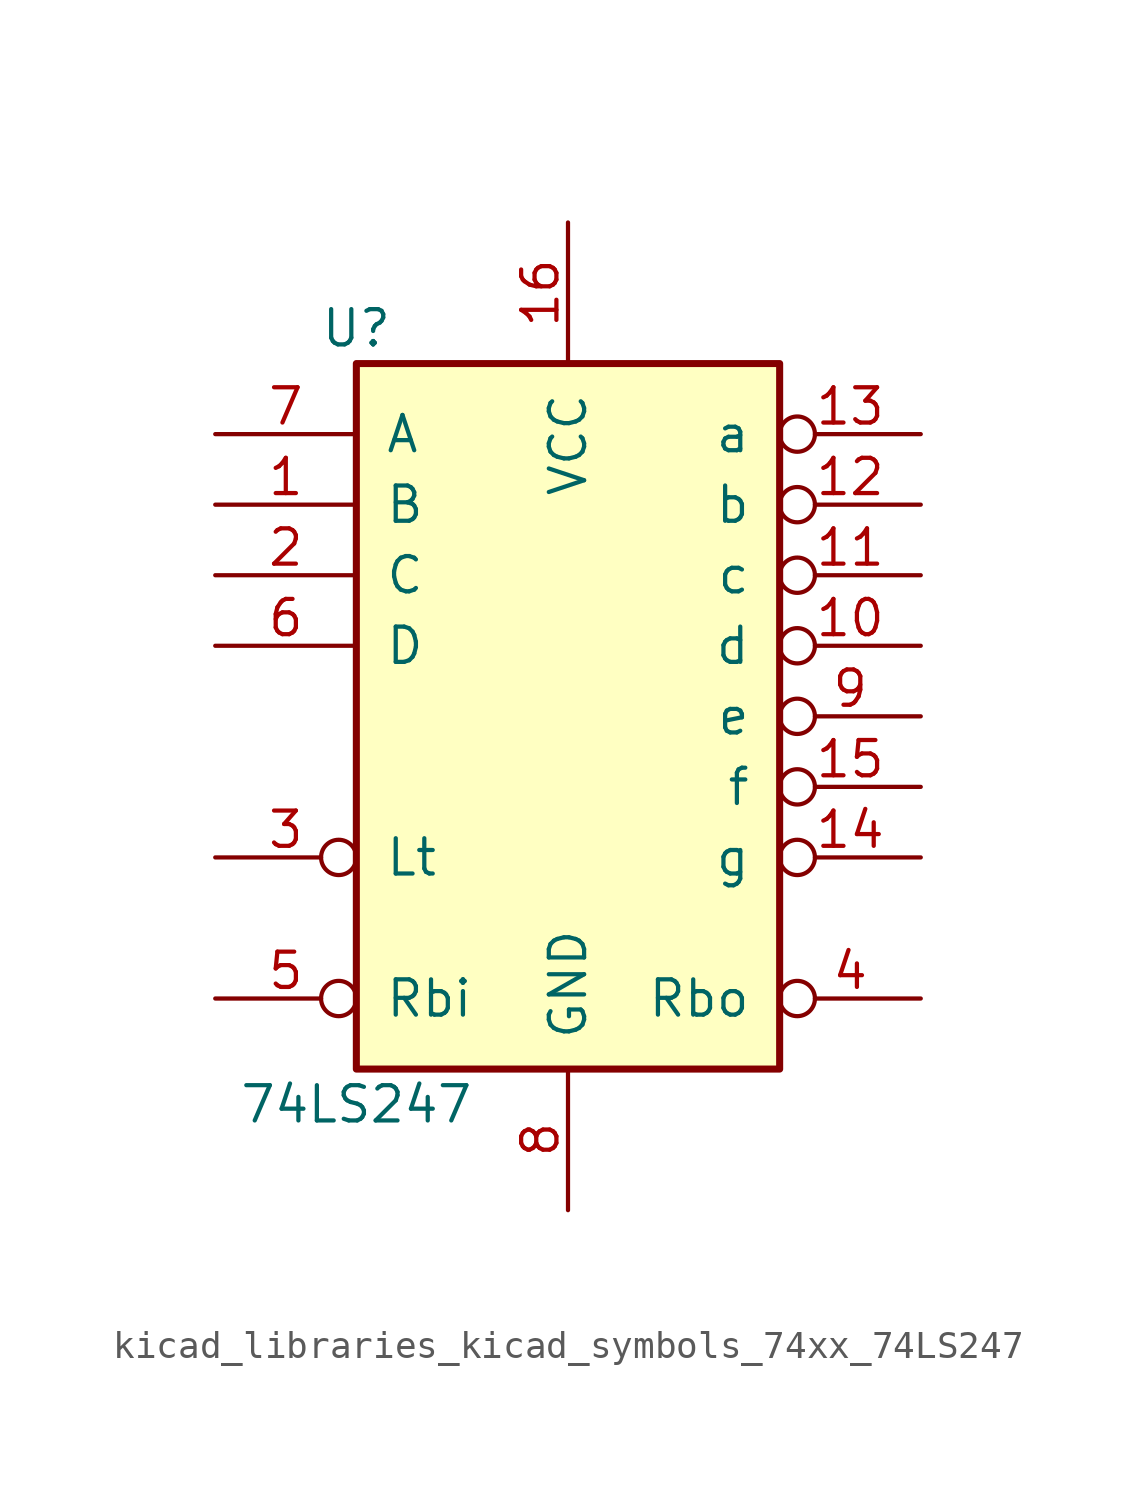
<source format=kicad_sym>
(kicad_symbol_lib
  (version 20220914)
  (generator kicad_symbol_editor)
  (symbol "kicad_libraries_kicad_symbols_74xx_74LS247"
    (pin_names
      (offset 1.016))
    (property "Reference" "U"
      (at -7.62 13.97 0)
      (effects (font (size 1.27 1.27))))
    (property "Value" "74LS247"
      (at -7.62 -13.97 0)
      (effects (font (size 1.27 1.27))))
    (property "ki_locked" ""
      (at 0 0 0)
      (effects (font (size 1.27 1.27))))
    (symbol "kicad_libraries_kicad_symbols_74xx_74LS247_1_0"
      (pin input line (at -12.7 7.62 0) (length 5.08) (name "B" (effects (font (size 1.27 1.27)))) (number "1" (effects (font (size 1.27 1.27)))))
      (pin open_collector inverted (at 12.7 2.54 180) (length 5.08) (name "d" (effects (font (size 1.27 1.27)))) (number "10" (effects (font (size 1.27 1.27)))))
      (pin open_collector inverted (at 12.7 5.08 180) (length 5.08) (name "c" (effects (font (size 1.27 1.27)))) (number "11" (effects (font (size 1.27 1.27)))))
      (pin open_collector inverted (at 12.7 7.62 180) (length 5.08) (name "b" (effects (font (size 1.27 1.27)))) (number "12" (effects (font (size 1.27 1.27)))))
      (pin open_collector inverted (at 12.7 10.16 180) (length 5.08) (name "a" (effects (font (size 1.27 1.27)))) (number "13" (effects (font (size 1.27 1.27)))))
      (pin open_collector inverted (at 12.7 -5.08 180) (length 5.08) (name "g" (effects (font (size 1.27 1.27)))) (number "14" (effects (font (size 1.27 1.27)))))
      (pin open_collector inverted (at 12.7 -2.54 180) (length 5.08) (name "f" (effects (font (size 1.27 1.27)))) (number "15" (effects (font (size 1.27 1.27)))))
      (pin power_in line (at 0 17.78 270) (length 5.08) (name "VCC" (effects (font (size 1.27 1.27)))) (number "16" (effects (font (size 1.27 1.27)))))
      (pin input line (at -12.7 5.08 0) (length 5.08) (name "C" (effects (font (size 1.27 1.27)))) (number "2" (effects (font (size 1.27 1.27)))))
      (pin input inverted (at -12.7 -5.08 0) (length 5.08) (name "Lt" (effects (font (size 1.27 1.27)))) (number "3" (effects (font (size 1.27 1.27)))))
      (pin output inverted (at 12.7 -10.16 180) (length 5.08) (name "Rbo" (effects (font (size 1.27 1.27)))) (number "4" (effects (font (size 1.27 1.27)))))
      (pin input inverted (at -12.7 -10.16 0) (length 5.08) (name "Rbi" (effects (font (size 1.27 1.27)))) (number "5" (effects (font (size 1.27 1.27)))))
      (pin input line (at -12.7 2.54 0) (length 5.08) (name "D" (effects (font (size 1.27 1.27)))) (number "6" (effects (font (size 1.27 1.27)))))
      (pin input line (at -12.7 10.16 0) (length 5.08) (name "A" (effects (font (size 1.27 1.27)))) (number "7" (effects (font (size 1.27 1.27)))))
      (pin power_in line (at 0 -17.78 90) (length 5.08) (name "GND" (effects (font (size 1.27 1.27)))) (number "8" (effects (font (size 1.27 1.27)))))
      (pin open_collector inverted (at 12.7 0 180) (length 5.08) (name "e" (effects (font (size 1.27 1.27)))) (number "9" (effects (font (size 1.27 1.27))))))
    (symbol "kicad_libraries_kicad_symbols_74xx_74LS247_1_1"
      (rectangle (start -7.62 12.7) (end 7.62 -12.7) (stroke (width 0.254) (type default)) (fill (type background))))))
</source>
